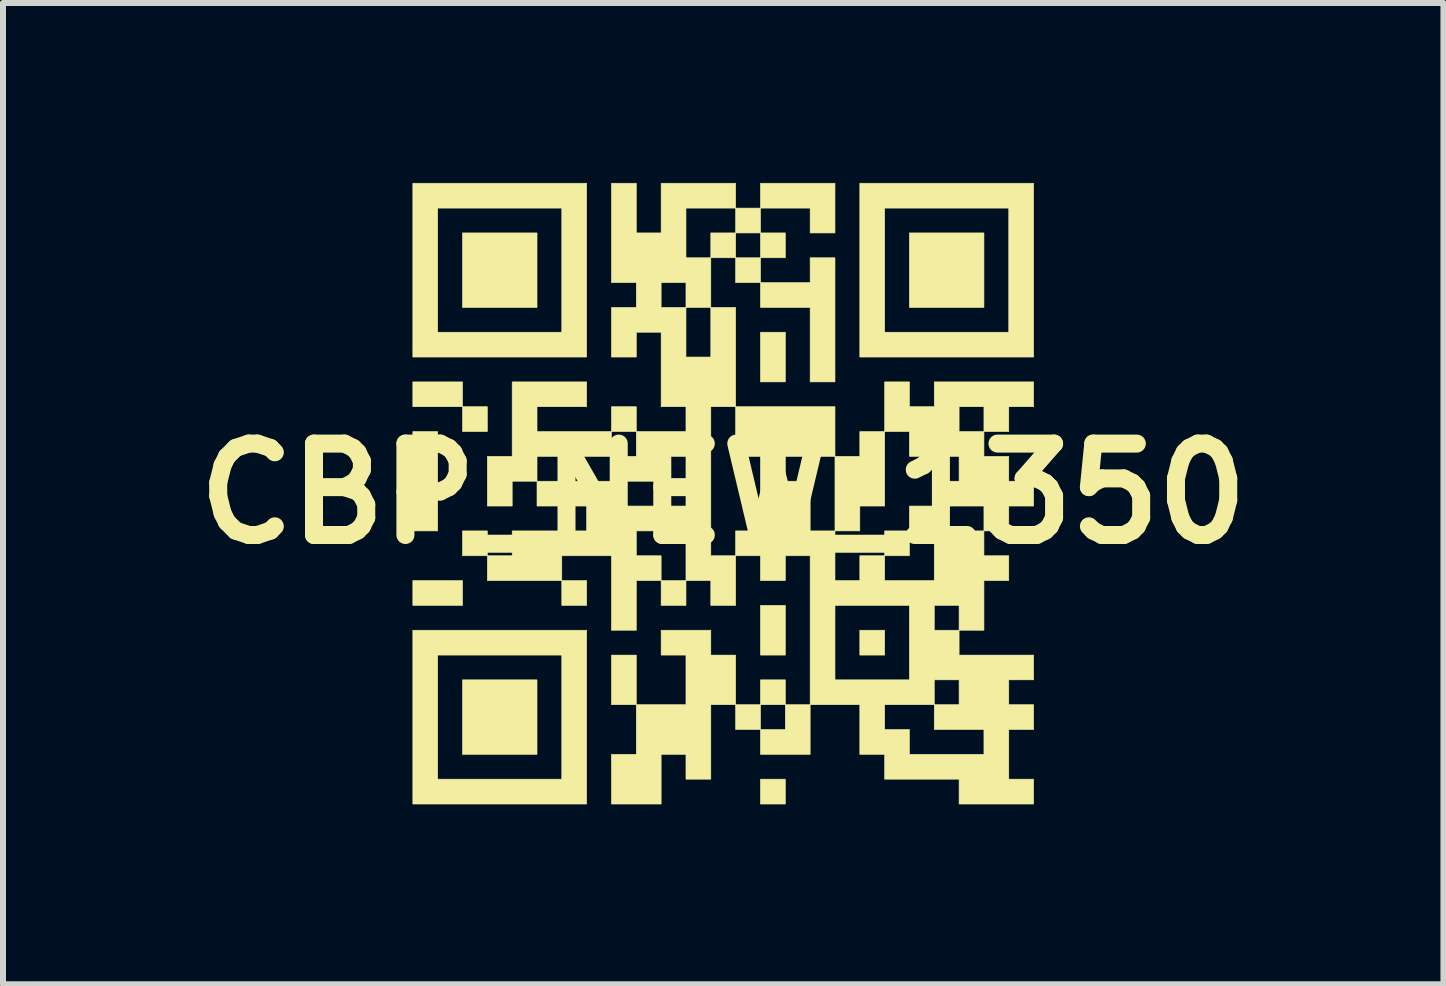
<source format=kicad_pcb>
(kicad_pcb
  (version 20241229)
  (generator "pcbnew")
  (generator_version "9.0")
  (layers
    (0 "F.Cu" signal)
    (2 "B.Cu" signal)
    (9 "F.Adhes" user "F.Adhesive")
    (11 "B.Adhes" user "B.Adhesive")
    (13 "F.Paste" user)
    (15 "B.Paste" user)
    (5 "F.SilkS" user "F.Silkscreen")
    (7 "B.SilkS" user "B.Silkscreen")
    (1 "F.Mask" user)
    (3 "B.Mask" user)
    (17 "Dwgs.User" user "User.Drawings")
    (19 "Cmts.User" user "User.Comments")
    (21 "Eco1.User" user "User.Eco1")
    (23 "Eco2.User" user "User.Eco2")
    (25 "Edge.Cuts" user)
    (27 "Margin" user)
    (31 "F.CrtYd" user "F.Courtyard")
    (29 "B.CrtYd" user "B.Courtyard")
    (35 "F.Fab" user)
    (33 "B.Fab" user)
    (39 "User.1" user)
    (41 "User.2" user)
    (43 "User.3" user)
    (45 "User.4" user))
  (footprint "CBP_NEW_1350"
    (layer "F.Cu")
    (at 9.006 5.179)
    (property "Reference" "CBP_NEW_1350" (at 0 0 0) (layer "F.SilkS") (effects (font (size 1.524 1.524) (thickness 0.3))))
    (attr through_hole)
    (fp_poly (pts (xy -4.76 0.621) (xy -5.174 0.621) (xy -5.174 -1.035) (xy -4.76 -1.035) (xy -4.76 0.621)) (stroke (width 0.01) (type solid)) (fill yes) (layer "F.SilkS"))
    (fp_poly (pts (xy -4.346 -1.449) (xy -5.174 -1.449) (xy -5.174 -1.863) (xy -4.346 -1.863) (xy -4.346 -1.449)) (stroke (width 0.01) (type solid)) (fill yes) (layer "F.SilkS"))
    (fp_poly (pts (xy -4.346 1.863) (xy -5.174 1.863) (xy -5.174 1.449) (xy -4.346 1.449) (xy -4.346 1.863)) (stroke (width 0.01) (type solid)) (fill yes) (layer "F.SilkS"))
    (fp_poly (pts (xy -3.932 -1.035) (xy -4.346 -1.035) (xy -4.346 -1.449) (xy -3.932 -1.449) (xy -3.932 -1.035)) (stroke (width 0.01) (type solid)) (fill yes) (layer "F.SilkS"))
    (fp_poly (pts (xy -3.932 1.035) (xy -4.346 1.035) (xy -4.346 0.621) (xy -3.932 0.621) (xy -3.932 1.035)) (stroke (width 0.01) (type solid)) (fill yes) (layer "F.SilkS"))
    (fp_poly (pts (xy -3.104 -3.104) (xy -4.346 -3.104) (xy -4.346 -4.346) (xy -3.104 -4.346) (xy -3.104 -3.104)) (stroke (width 0.01) (type solid)) (fill yes) (layer "F.SilkS"))
    (fp_poly (pts (xy -3.104 4.346) (xy -4.346 4.346) (xy -4.346 3.104) (xy -3.104 3.104) (xy -3.104 4.346)) (stroke (width 0.01) (type solid)) (fill yes) (layer "F.SilkS"))
    (fp_poly (pts (xy -2.277 1.863) (xy -2.691 1.863) (xy -2.691 1.449) (xy -2.277 1.449) (xy -2.277 1.863)) (stroke (width 0.01) (type solid)) (fill yes) (layer "F.SilkS"))
    (fp_poly (pts (xy -1.449 3.518) (xy -1.863 3.518) (xy -1.863 2.691) (xy -1.449 2.691) (xy -1.449 3.518)) (stroke (width 0.01) (type solid)) (fill yes) (layer "F.SilkS"))
    (fp_poly (pts (xy 0.621 -3.518) (xy 0.207 -3.518) (xy 0.207 -3.932) (xy 0.621 -3.932) (xy 0.621 -3.518)) (stroke (width 0.01) (type solid)) (fill yes) (layer "F.SilkS"))
    (fp_poly (pts (xy 1.035 -3.932) (xy 0.621 -3.932) (xy 0.621 -4.346) (xy 1.035 -4.346) (xy 1.035 -3.932)) (stroke (width 0.01) (type solid)) (fill yes) (layer "F.SilkS"))
    (fp_poly (pts (xy 1.035 -1.863) (xy 0.621 -1.863) (xy 0.621 -2.691) (xy 1.035 -2.691) (xy 1.035 -1.863)) (stroke (width 0.01) (type solid)) (fill yes) (layer "F.SilkS"))
    (fp_poly (pts (xy 1.035 2.691) (xy 0.621 2.691) (xy 0.621 1.863) (xy 1.035 1.863) (xy 1.035 2.691)) (stroke (width 0.01) (type solid)) (fill yes) (layer "F.SilkS"))
    (fp_poly (pts (xy 1.035 5.174) (xy 0.621 5.174) (xy 0.621 4.76) (xy 1.035 4.76) (xy 1.035 5.174)) (stroke (width 0.01) (type solid)) (fill yes) (layer "F.SilkS"))
    (fp_poly (pts (xy 2.691 2.691) (xy 2.277 2.691) (xy 2.277 2.277) (xy 2.691 2.277) (xy 2.691 2.691)) (stroke (width 0.01) (type solid)) (fill yes) (layer "F.SilkS"))
    (fp_poly (pts (xy 3.104 1.035) (xy 2.691 1.035) (xy 2.691 0.621) (xy 3.104 0.621) (xy 3.104 1.035)) (stroke (width 0.01) (type solid)) (fill yes) (layer "F.SilkS"))
    (fp_poly (pts (xy 3.518 0.621) (xy 3.104 0.621) (xy 3.104 0.207) (xy 3.518 0.207) (xy 3.518 0.621)) (stroke (width 0.01) (type solid)) (fill yes) (layer "F.SilkS"))
    (fp_poly (pts (xy 4.346 -3.104) (xy 3.104 -3.104) (xy 3.104 -4.346) (xy 4.346 -4.346) (xy 4.346 -3.104)) (stroke (width 0.01) (type solid)) (fill yes) (layer "F.SilkS"))
    (fp_poly (pts (xy 1.863 -4.346) (xy 1.449 -4.346) (xy 1.449 -4.76) (xy 0.621 -4.76) (xy 0.621 -5.174) (xy 1.863 -5.174) (xy 1.863 -4.346)) (stroke (width 0.01) (type solid)) (fill yes) (layer "F.SilkS"))
    (fp_poly (pts (xy 1.863 -1.863) (xy 1.449 -1.863) (xy 1.449 -3.104) (xy 0.621 -3.104) (xy 0.621 -3.518) (xy 1.449 -3.518) (xy 1.449 -3.932) (xy 1.863 -3.932) (xy 1.863 -1.863)) (stroke (width 0.01) (type solid)) (fill yes) (layer "F.SilkS"))
    (fp_poly (pts (xy -2.277 -2.277) (xy -5.174 -2.277) (xy -5.174 -4.76) (xy -4.76 -4.76) (xy -4.76 -2.691) (xy -2.691 -2.691) (xy -2.691 -4.76) (xy -4.76 -4.76) (xy -5.174 -4.76) (xy -5.174 -5.174) (xy -2.277 -5.174) (xy -2.277 -2.277)) (stroke (width 0.01) (type solid)) (fill yes) (layer "F.SilkS"))
    (fp_poly (pts (xy -2.277 5.174) (xy -5.174 5.174) (xy -5.174 2.691) (xy -4.76 2.691) (xy -4.76 4.76) (xy -2.691 4.76) (xy -2.691 2.691) (xy -4.76 2.691) (xy -5.174 2.691) (xy -5.174 2.277) (xy -2.277 2.277) (xy -2.277 5.174)) (stroke (width 0.01) (type solid)) (fill yes) (layer "F.SilkS"))
    (fp_poly (pts (xy 5.174 -2.277) (xy 2.277 -2.277) (xy 2.277 -4.76) (xy 2.691 -4.76) (xy 2.691 -2.691) (xy 4.76 -2.691) (xy 4.76 -4.76) (xy 2.691 -4.76) (xy 2.277 -4.76) (xy 2.277 -5.174) (xy 5.174 -5.174) (xy 5.174 -2.277)) (stroke (width 0.01) (type solid)) (fill yes) (layer "F.SilkS"))
    (fp_poly (pts (xy 1.449 3.518) (xy 1.449 4.346) (xy 0.621 4.346) (xy 0.621 3.932) (xy 0.207 3.932) (xy 0.207 3.518) (xy 0.621 3.518) (xy 0.621 3.932) (xy 1.035 3.932) (xy 1.035 3.518) (xy 0.621 3.518) (xy 0.621 3.104) (xy 1.035 3.104) (xy 1.035 3.518) (xy 1.449 3.518)) (stroke (width 0.01) (type solid)) (fill yes) (layer "F.SilkS"))
    (fp_poly (pts (xy -0.207 2.691) (xy 0.207 2.691) (xy 0.207 3.518) (xy -0.207 3.518) (xy -0.207 4.76) (xy -0.621 4.76) (xy -0.621 4.346) (xy -1.035 4.346) (xy -1.035 5.174) (xy -1.863 5.174) (xy -1.863 4.346) (xy -1.449 4.346) (xy -1.449 3.518) (xy -0.621 3.518) (xy -0.621 2.691) (xy -1.035 2.691) (xy -1.035 2.277) (xy -0.207 2.277) (xy -0.207 2.691)) (stroke (width 0.01) (type solid)) (fill yes) (layer "F.SilkS"))
    (fp_poly (pts (xy 0.207 -3.104) (xy 0.207 -1.449) (xy -0.207 -1.449) (xy -0.207 1.035) (xy 0.207 1.035) (xy 0.207 1.863) (xy -0.207 1.863) (xy -0.207 1.449) (xy -0.621 1.449) (xy -0.621 1.863) (xy -1.035 1.863) (xy -1.035 1.449) (xy -1.449 1.449) (xy -1.449 2.277) (xy -1.863 2.277) (xy -1.863 1.035) (xy -2.691 1.035) (xy -2.691 1.449) (xy -3.932 1.449) (xy -3.932 1.035) (xy -3.518 1.035) (xy -3.518 0.621) (xy -2.277 0.621) (xy -1.449 0.621) (xy -1.449 1.035) (xy -1.035 1.035) (xy -1.035 1.449) (xy -0.621 1.449) (xy -0.621 0.621) (xy -1.449 0.621) (xy -2.277 0.621) (xy -2.277 0.207) (xy -3.104 0.207) (xy -3.104 -0.207) (xy -3.518 -0.207) (xy -3.518 0.207) (xy -3.932 0.207) (xy -3.932 -0.621) (xy -3.518 -0.621) (xy -3.104 -0.621) (xy -3.104 -0.207) (xy -1.863 -0.207) (xy -1.863 0.207) (xy -0.621 0.207) (xy -0.621 -0.621) (xy -1.035 -0.621) (xy -1.035 -0.207) (xy -1.863 -0.207) (xy -1.863 -0.621) (xy -3.104 -0.621) (xy -3.518 -0.621) (xy -3.518 -1.863) (xy -2.277 -1.863) (xy -2.277 -1.449) (xy -3.104 -1.449) (xy -3.104 -1.035) (xy -1.863 -1.035) (xy -1.863 -0.621) (xy -1.449 -0.621) (xy -1.449 -1.035) (xy -1.863 -1.035) (xy -1.863 -1.449) (xy -1.449 -1.449) (xy -1.449 -1.035) (xy -0.621 -1.035) (xy -0.621 -1.449) (xy -1.035 -1.449) (xy -1.035 -2.691) (xy -1.449 -2.691) (xy -1.449 -2.277) (xy -1.863 -2.277) (xy -1.863 -3.104) (xy -1.449 -3.104) (xy -1.449 -3.518) (xy -1.035 -3.518) (xy -1.035 -3.104) (xy -0.621 -3.104) (xy -0.621 -2.277) (xy -0.207 -2.277) (xy -0.207 -3.104) (xy -0.621 -3.104) (xy -0.621 -3.518) (xy -1.035 -3.518) (xy -1.449 -3.518) (xy -1.863 -3.518) (xy -1.863 -5.174) (xy -1.449 -5.174) (xy -1.449 -4.346) (xy -1.035 -4.346) (xy -1.035 -4.76) (xy -0.621 -4.76) (xy -0.621 -3.932) (xy -0.207 -3.932) (xy -0.207 -4.346) (xy 0.207 -4.346) (xy 0.207 -4.76) (xy -0.621 -4.76) (xy -1.035 -4.76) (xy -1.035 -5.174) (xy 0.207 -5.174) (xy 0.207 -4.76) (xy 0.621 -4.76) (xy 0.621 -4.346) (xy 0.207 -4.346) (xy 0.207 -3.932) (xy -0.207 -3.932) (xy -0.207 -3.104) (xy 0.207 -3.104)) (stroke (width 0.01) (type solid)) (fill yes) (layer "F.SilkS"))
    (fp_poly (pts (xy 3.104 -1.449) (xy 3.518 -1.449) (xy 3.932 -1.449) (xy 3.932 -1.035) (xy 4.346 -1.035) (xy 4.346 -1.449) (xy 3.932 -1.449) (xy 3.518 -1.449) (xy 3.518 -1.863) (xy 5.174 -1.863) (xy 5.174 -1.449) (xy 4.76 -1.449) (xy 4.76 -1.035) (xy 4.346 -1.035) (xy 4.346 -0.621) (xy 4.76 -0.621) (xy 4.76 -0.207) (xy 5.174 -0.207) (xy 5.174 0.207) (xy 4.76 0.207) (xy 4.76 0.621) (xy 4.346 0.621) (xy 4.346 1.035) (xy 4.76 1.035) (xy 4.76 1.449) (xy 4.346 1.449) (xy 4.346 2.277) (xy 3.932 2.277) (xy 3.932 2.691) (xy 5.174 2.691) (xy 5.174 3.104) (xy 4.76 3.104) (xy 4.76 3.518) (xy 5.174 3.518) (xy 5.174 3.932) (xy 4.76 3.932) (xy 4.76 4.76) (xy 5.174 4.76) (xy 5.174 5.174) (xy 3.932 5.174) (xy 3.932 4.76) (xy 2.691 4.76) (xy 2.691 4.346) (xy 2.277 4.346) (xy 2.277 3.518) (xy 2.691 3.518) (xy 2.691 3.932) (xy 3.104 3.932) (xy 3.104 4.346) (xy 4.346 4.346) (xy 4.346 3.932) (xy 3.518 3.932) (xy 3.518 3.518) (xy 2.691 3.518) (xy 2.277 3.518) (xy 1.449 3.518) (xy 1.449 1.863) (xy 1.863 1.863) (xy 1.863 3.104) (xy 3.104 3.104) (xy 3.518 3.104) (xy 3.518 3.518) (xy 3.932 3.518) (xy 3.932 3.104) (xy 3.518 3.104) (xy 3.104 3.104) (xy 3.104 1.863) (xy 3.518 1.863) (xy 3.518 2.277) (xy 3.932 2.277) (xy 3.932 1.863) (xy 3.518 1.863) (xy 3.104 1.863) (xy 1.863 1.863) (xy 1.449 1.863) (xy 1.449 1.035) (xy 1.035 1.035) (xy 1.035 1.449) (xy 0.621 1.449) (xy 0.621 1.035) (xy 0.207 1.035) (xy 0.207 0.621) (xy 0.621 0.621) (xy 0.621 -0.621) (xy 1.035 -0.621) (xy 1.035 -0.207) (xy 1.449 -0.207) (xy 1.449 0.621) (xy 1.863 0.621) (xy 1.863 1.449) (xy 2.277 1.449) (xy 2.277 1.035) (xy 2.691 1.035) (xy 2.691 1.449) (xy 3.518 1.449) (xy 3.518 0.621) (xy 4.346 0.621) (xy 4.346 0.207) (xy 3.518 0.207) (xy 3.518 -0.207) (xy 3.932 -0.207) (xy 3.932 -0.621) (xy 3.104 -0.621) (xy 3.104 -1.035) (xy 2.691 -1.035) (xy 2.691 0.207) (xy 2.277 0.207) (xy 2.277 0.621) (xy 1.863 0.621) (xy 1.863 -0.621) (xy 1.035 -0.621) (xy 0.621 -0.621) (xy 0.207 -0.621) (xy 0.207 -1.449) (xy 1.863 -1.449) (xy 1.863 -0.621) (xy 2.277 -0.621) (xy 2.277 -1.035) (xy 2.691 -1.035) (xy 2.691 -1.863) (xy 3.104 -1.863) (xy 3.104 -1.449)) (stroke (width 0.01) (type solid)) (fill yes) (layer "F.SilkS")))
  (gr_rect
    (start -3 -3)
    (end 21.012 13.358)
    (stroke (width 0.1) (type default))
    (fill no)
    (layer "Edge.Cuts")))
</source>
